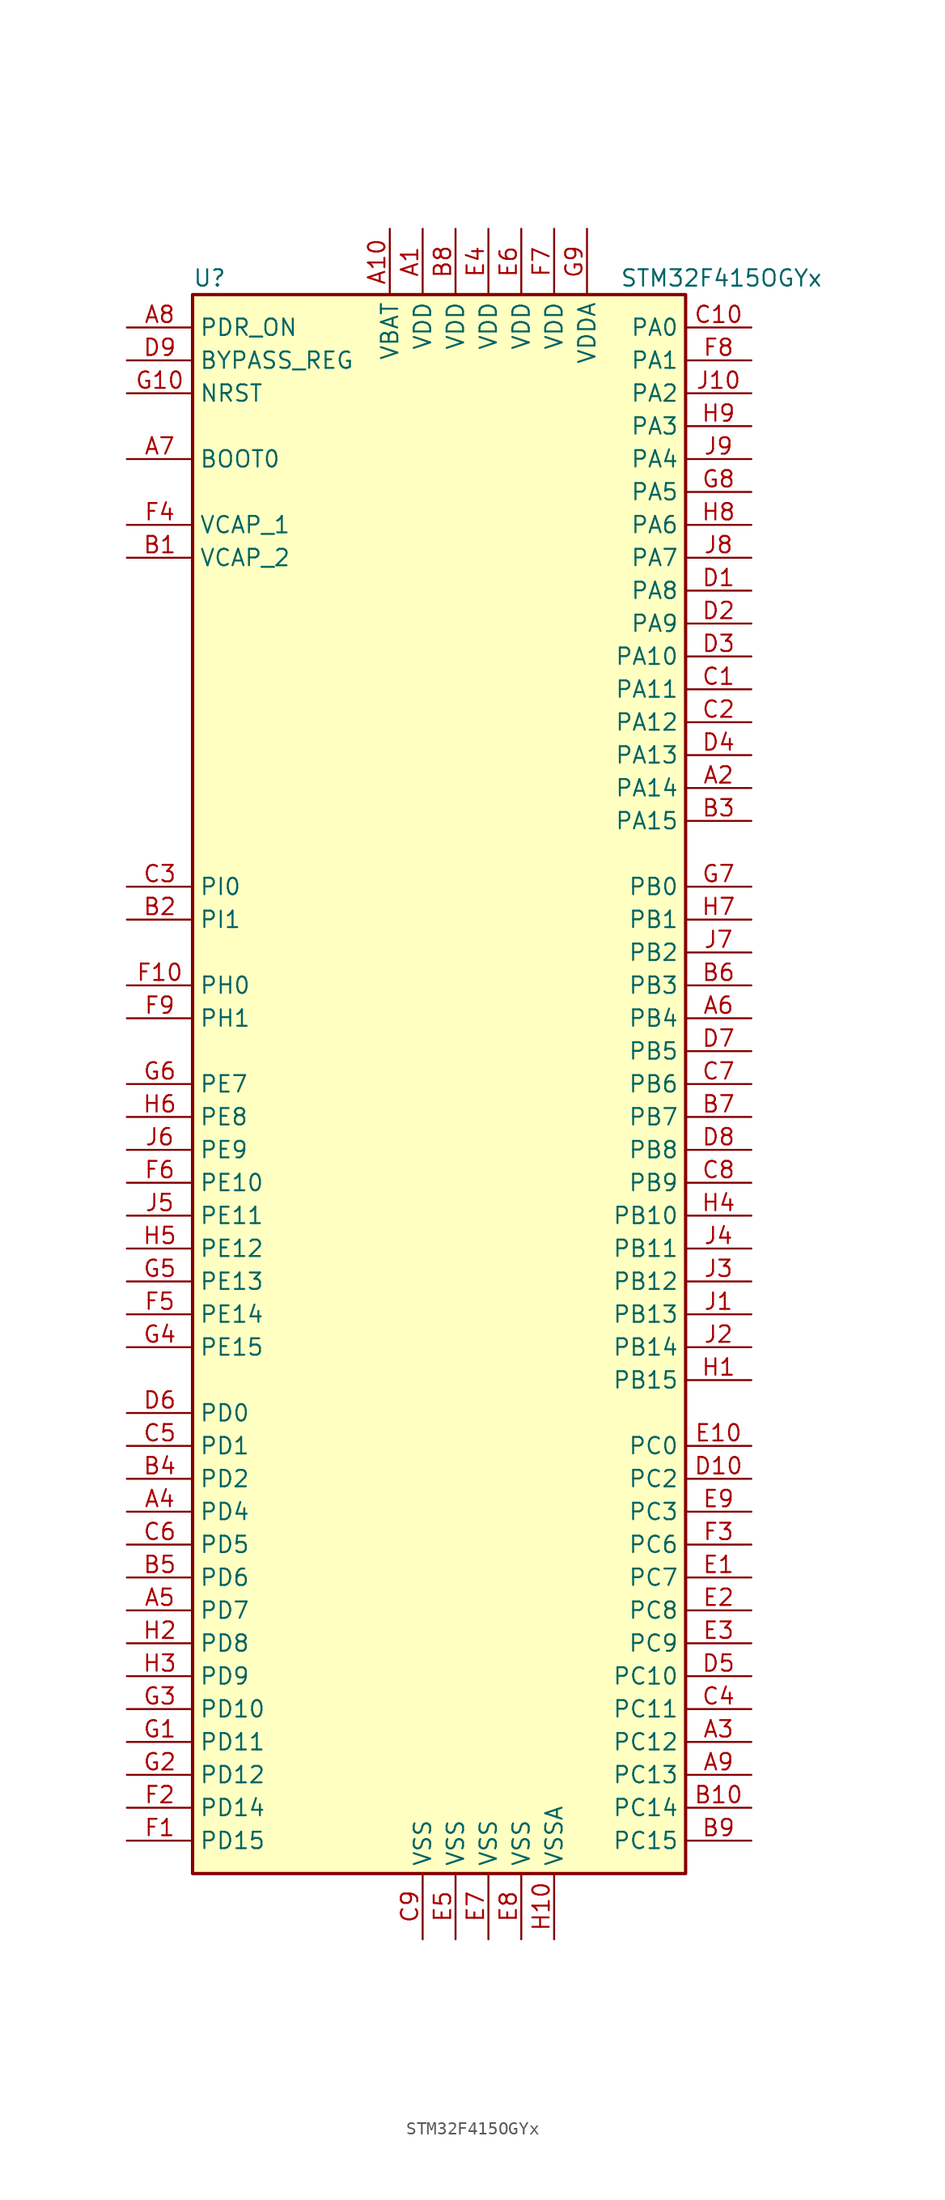
<source format=kicad_sym>
(kicad_symbol_lib
  (version 20220914)
  (generator kicad_symbol_editor)
  (symbol "STM32F415OGYx"
    (property "Reference" "U"
      (at -20.32 62.23 0)
      (effects (font (size 1.27 1.27)) (justify left)))
    (property "Value" "STM32F415OGYx"
      (at 12.7 62.23 0)
      (effects (font (size 1.27 1.27)) (justify left)))
    (symbol "STM32F415OGYx_0_1"
      (rectangle (start -20.32 -60.96) (end 17.78 60.96) (stroke (width 0.254) (type default)) (fill (type background))))
    (symbol "STM32F415OGYx_1_1"
      (pin power_in line (at -2.54 66.04 270) (length 5.08) (name "VDD" (effects (font (size 1.27 1.27)))) (number "A1" (effects (font (size 1.27 1.27)))))
      (pin power_in line (at -5.08 66.04 270) (length 5.08) (name "VBAT" (effects (font (size 1.27 1.27)))) (number "A10" (effects (font (size 1.27 1.27)))))
      (pin bidirectional line (at 22.86 22.86 180) (length 5.08) (name "PA14" (effects (font (size 1.27 1.27)))) (number "A2" (effects (font (size 1.27 1.27)))))
      (pin bidirectional line (at 22.86 -50.8 180) (length 5.08) (name "PC12" (effects (font (size 1.27 1.27)))) (number "A3" (effects (font (size 1.27 1.27)))))
      (pin bidirectional line (at -25.4 -33.02 0) (length 5.08) (name "PD4" (effects (font (size 1.27 1.27)))) (number "A4" (effects (font (size 1.27 1.27)))))
      (pin bidirectional line (at -25.4 -40.64 0) (length 5.08) (name "PD7" (effects (font (size 1.27 1.27)))) (number "A5" (effects (font (size 1.27 1.27)))))
      (pin bidirectional line (at 22.86 5.08 180) (length 5.08) (name "PB4" (effects (font (size 1.27 1.27)))) (number "A6" (effects (font (size 1.27 1.27)))))
      (pin input line (at -25.4 48.26 0) (length 5.08) (name "BOOT0" (effects (font (size 1.27 1.27)))) (number "A7" (effects (font (size 1.27 1.27)))))
      (pin input line (at -25.4 58.42 0) (length 5.08) (name "PDR_ON" (effects (font (size 1.27 1.27)))) (number "A8" (effects (font (size 1.27 1.27)))))
      (pin bidirectional line (at 22.86 -53.34 180) (length 5.08) (name "PC13" (effects (font (size 1.27 1.27)))) (number "A9" (effects (font (size 1.27 1.27)))))
      (pin power_in line (at -25.4 40.64 0) (length 5.08) (name "VCAP_2" (effects (font (size 1.27 1.27)))) (number "B1" (effects (font (size 1.27 1.27)))))
      (pin bidirectional line (at 22.86 -55.88 180) (length 5.08) (name "PC14" (effects (font (size 1.27 1.27)))) (number "B10" (effects (font (size 1.27 1.27)))))
      (pin bidirectional line (at -25.4 12.7 0) (length 5.08) (name "PI1" (effects (font (size 1.27 1.27)))) (number "B2" (effects (font (size 1.27 1.27)))))
      (pin bidirectional line (at 22.86 20.32 180) (length 5.08) (name "PA15" (effects (font (size 1.27 1.27)))) (number "B3" (effects (font (size 1.27 1.27)))))
      (pin bidirectional line (at -25.4 -30.48 0) (length 5.08) (name "PD2" (effects (font (size 1.27 1.27)))) (number "B4" (effects (font (size 1.27 1.27)))))
      (pin bidirectional line (at -25.4 -38.1 0) (length 5.08) (name "PD6" (effects (font (size 1.27 1.27)))) (number "B5" (effects (font (size 1.27 1.27)))))
      (pin bidirectional line (at 22.86 7.62 180) (length 5.08) (name "PB3" (effects (font (size 1.27 1.27)))) (number "B6" (effects (font (size 1.27 1.27)))))
      (pin bidirectional line (at 22.86 -2.54 180) (length 5.08) (name "PB7" (effects (font (size 1.27 1.27)))) (number "B7" (effects (font (size 1.27 1.27)))))
      (pin power_in line (at 0 66.04 270) (length 5.08) (name "VDD" (effects (font (size 1.27 1.27)))) (number "B8" (effects (font (size 1.27 1.27)))))
      (pin bidirectional line (at 22.86 -58.42 180) (length 5.08) (name "PC15" (effects (font (size 1.27 1.27)))) (number "B9" (effects (font (size 1.27 1.27)))))
      (pin bidirectional line (at 22.86 30.48 180) (length 5.08) (name "PA11" (effects (font (size 1.27 1.27)))) (number "C1" (effects (font (size 1.27 1.27)))))
      (pin bidirectional line (at 22.86 58.42 180) (length 5.08) (name "PA0" (effects (font (size 1.27 1.27)))) (number "C10" (effects (font (size 1.27 1.27)))))
      (pin bidirectional line (at 22.86 27.94 180) (length 5.08) (name "PA12" (effects (font (size 1.27 1.27)))) (number "C2" (effects (font (size 1.27 1.27)))))
      (pin bidirectional line (at -25.4 15.24 0) (length 5.08) (name "PI0" (effects (font (size 1.27 1.27)))) (number "C3" (effects (font (size 1.27 1.27)))))
      (pin bidirectional line (at 22.86 -48.26 180) (length 5.08) (name "PC11" (effects (font (size 1.27 1.27)))) (number "C4" (effects (font (size 1.27 1.27)))))
      (pin bidirectional line (at -25.4 -27.94 0) (length 5.08) (name "PD1" (effects (font (size 1.27 1.27)))) (number "C5" (effects (font (size 1.27 1.27)))))
      (pin bidirectional line (at -25.4 -35.56 0) (length 5.08) (name "PD5" (effects (font (size 1.27 1.27)))) (number "C6" (effects (font (size 1.27 1.27)))))
      (pin bidirectional line (at 22.86 0 180) (length 5.08) (name "PB6" (effects (font (size 1.27 1.27)))) (number "C7" (effects (font (size 1.27 1.27)))))
      (pin bidirectional line (at 22.86 -7.62 180) (length 5.08) (name "PB9" (effects (font (size 1.27 1.27)))) (number "C8" (effects (font (size 1.27 1.27)))))
      (pin power_in line (at -2.54 -66.04 90) (length 5.08) (name "VSS" (effects (font (size 1.27 1.27)))) (number "C9" (effects (font (size 1.27 1.27)))))
      (pin bidirectional line (at 22.86 38.1 180) (length 5.08) (name "PA8" (effects (font (size 1.27 1.27)))) (number "D1" (effects (font (size 1.27 1.27)))))
      (pin bidirectional line (at 22.86 -30.48 180) (length 5.08) (name "PC2" (effects (font (size 1.27 1.27)))) (number "D10" (effects (font (size 1.27 1.27)))))
      (pin bidirectional line (at 22.86 35.56 180) (length 5.08) (name "PA9" (effects (font (size 1.27 1.27)))) (number "D2" (effects (font (size 1.27 1.27)))))
      (pin bidirectional line (at 22.86 33.02 180) (length 5.08) (name "PA10" (effects (font (size 1.27 1.27)))) (number "D3" (effects (font (size 1.27 1.27)))))
      (pin bidirectional line (at 22.86 25.4 180) (length 5.08) (name "PA13" (effects (font (size 1.27 1.27)))) (number "D4" (effects (font (size 1.27 1.27)))))
      (pin bidirectional line (at 22.86 -45.72 180) (length 5.08) (name "PC10" (effects (font (size 1.27 1.27)))) (number "D5" (effects (font (size 1.27 1.27)))))
      (pin bidirectional line (at -25.4 -25.4 0) (length 5.08) (name "PD0" (effects (font (size 1.27 1.27)))) (number "D6" (effects (font (size 1.27 1.27)))))
      (pin bidirectional line (at 22.86 2.54 180) (length 5.08) (name "PB5" (effects (font (size 1.27 1.27)))) (number "D7" (effects (font (size 1.27 1.27)))))
      (pin bidirectional line (at 22.86 -5.08 180) (length 5.08) (name "PB8" (effects (font (size 1.27 1.27)))) (number "D8" (effects (font (size 1.27 1.27)))))
      (pin input line (at -25.4 55.88 0) (length 5.08) (name "BYPASS_REG" (effects (font (size 1.27 1.27)))) (number "D9" (effects (font (size 1.27 1.27)))))
      (pin bidirectional line (at 22.86 -38.1 180) (length 5.08) (name "PC7" (effects (font (size 1.27 1.27)))) (number "E1" (effects (font (size 1.27 1.27)))))
      (pin bidirectional line (at 22.86 -27.94 180) (length 5.08) (name "PC0" (effects (font (size 1.27 1.27)))) (number "E10" (effects (font (size 1.27 1.27)))))
      (pin bidirectional line (at 22.86 -40.64 180) (length 5.08) (name "PC8" (effects (font (size 1.27 1.27)))) (number "E2" (effects (font (size 1.27 1.27)))))
      (pin bidirectional line (at 22.86 -43.18 180) (length 5.08) (name "PC9" (effects (font (size 1.27 1.27)))) (number "E3" (effects (font (size 1.27 1.27)))))
      (pin power_in line (at 2.54 66.04 270) (length 5.08) (name "VDD" (effects (font (size 1.27 1.27)))) (number "E4" (effects (font (size 1.27 1.27)))))
      (pin power_in line (at 0 -66.04 90) (length 5.08) (name "VSS" (effects (font (size 1.27 1.27)))) (number "E5" (effects (font (size 1.27 1.27)))))
      (pin power_in line (at 5.08 66.04 270) (length 5.08) (name "VDD" (effects (font (size 1.27 1.27)))) (number "E6" (effects (font (size 1.27 1.27)))))
      (pin power_in line (at 2.54 -66.04 90) (length 5.08) (name "VSS" (effects (font (size 1.27 1.27)))) (number "E7" (effects (font (size 1.27 1.27)))))
      (pin power_in line (at 5.08 -66.04 90) (length 5.08) (name "VSS" (effects (font (size 1.27 1.27)))) (number "E8" (effects (font (size 1.27 1.27)))))
      (pin bidirectional line (at 22.86 -33.02 180) (length 5.08) (name "PC3" (effects (font (size 1.27 1.27)))) (number "E9" (effects (font (size 1.27 1.27)))))
      (pin bidirectional line (at -25.4 -58.42 0) (length 5.08) (name "PD15" (effects (font (size 1.27 1.27)))) (number "F1" (effects (font (size 1.27 1.27)))))
      (pin input line (at -25.4 7.62 0) (length 5.08) (name "PH0" (effects (font (size 1.27 1.27)))) (number "F10" (effects (font (size 1.27 1.27)))))
      (pin bidirectional line (at -25.4 -55.88 0) (length 5.08) (name "PD14" (effects (font (size 1.27 1.27)))) (number "F2" (effects (font (size 1.27 1.27)))))
      (pin bidirectional line (at 22.86 -35.56 180) (length 5.08) (name "PC6" (effects (font (size 1.27 1.27)))) (number "F3" (effects (font (size 1.27 1.27)))))
      (pin power_in line (at -25.4 43.18 0) (length 5.08) (name "VCAP_1" (effects (font (size 1.27 1.27)))) (number "F4" (effects (font (size 1.27 1.27)))))
      (pin bidirectional line (at -25.4 -17.78 0) (length 5.08) (name "PE14" (effects (font (size 1.27 1.27)))) (number "F5" (effects (font (size 1.27 1.27)))))
      (pin bidirectional line (at -25.4 -7.62 0) (length 5.08) (name "PE10" (effects (font (size 1.27 1.27)))) (number "F6" (effects (font (size 1.27 1.27)))))
      (pin power_in line (at 7.62 66.04 270) (length 5.08) (name "VDD" (effects (font (size 1.27 1.27)))) (number "F7" (effects (font (size 1.27 1.27)))))
      (pin bidirectional line (at 22.86 55.88 180) (length 5.08) (name "PA1" (effects (font (size 1.27 1.27)))) (number "F8" (effects (font (size 1.27 1.27)))))
      (pin input line (at -25.4 5.08 0) (length 5.08) (name "PH1" (effects (font (size 1.27 1.27)))) (number "F9" (effects (font (size 1.27 1.27)))))
      (pin bidirectional line (at -25.4 -50.8 0) (length 5.08) (name "PD11" (effects (font (size 1.27 1.27)))) (number "G1" (effects (font (size 1.27 1.27)))))
      (pin input line (at -25.4 53.34 0) (length 5.08) (name "NRST" (effects (font (size 1.27 1.27)))) (number "G10" (effects (font (size 1.27 1.27)))))
      (pin bidirectional line (at -25.4 -53.34 0) (length 5.08) (name "PD12" (effects (font (size 1.27 1.27)))) (number "G2" (effects (font (size 1.27 1.27)))))
      (pin bidirectional line (at -25.4 -48.26 0) (length 5.08) (name "PD10" (effects (font (size 1.27 1.27)))) (number "G3" (effects (font (size 1.27 1.27)))))
      (pin bidirectional line (at -25.4 -20.32 0) (length 5.08) (name "PE15" (effects (font (size 1.27 1.27)))) (number "G4" (effects (font (size 1.27 1.27)))))
      (pin bidirectional line (at -25.4 -15.24 0) (length 5.08) (name "PE13" (effects (font (size 1.27 1.27)))) (number "G5" (effects (font (size 1.27 1.27)))))
      (pin bidirectional line (at -25.4 0 0) (length 5.08) (name "PE7" (effects (font (size 1.27 1.27)))) (number "G6" (effects (font (size 1.27 1.27)))))
      (pin bidirectional line (at 22.86 15.24 180) (length 5.08) (name "PB0" (effects (font (size 1.27 1.27)))) (number "G7" (effects (font (size 1.27 1.27)))))
      (pin bidirectional line (at 22.86 45.72 180) (length 5.08) (name "PA5" (effects (font (size 1.27 1.27)))) (number "G8" (effects (font (size 1.27 1.27)))))
      (pin power_in line (at 10.16 66.04 270) (length 5.08) (name "VDDA" (effects (font (size 1.27 1.27)))) (number "G9" (effects (font (size 1.27 1.27)))))
      (pin bidirectional line (at 22.86 -22.86 180) (length 5.08) (name "PB15" (effects (font (size 1.27 1.27)))) (number "H1" (effects (font (size 1.27 1.27)))))
      (pin power_in line (at 7.62 -66.04 90) (length 5.08) (name "VSSA" (effects (font (size 1.27 1.27)))) (number "H10" (effects (font (size 1.27 1.27)))))
      (pin bidirectional line (at -25.4 -43.18 0) (length 5.08) (name "PD8" (effects (font (size 1.27 1.27)))) (number "H2" (effects (font (size 1.27 1.27)))))
      (pin bidirectional line (at -25.4 -45.72 0) (length 5.08) (name "PD9" (effects (font (size 1.27 1.27)))) (number "H3" (effects (font (size 1.27 1.27)))))
      (pin bidirectional line (at 22.86 -10.16 180) (length 5.08) (name "PB10" (effects (font (size 1.27 1.27)))) (number "H4" (effects (font (size 1.27 1.27)))))
      (pin bidirectional line (at -25.4 -12.7 0) (length 5.08) (name "PE12" (effects (font (size 1.27 1.27)))) (number "H5" (effects (font (size 1.27 1.27)))))
      (pin bidirectional line (at -25.4 -2.54 0) (length 5.08) (name "PE8" (effects (font (size 1.27 1.27)))) (number "H6" (effects (font (size 1.27 1.27)))))
      (pin bidirectional line (at 22.86 12.7 180) (length 5.08) (name "PB1" (effects (font (size 1.27 1.27)))) (number "H7" (effects (font (size 1.27 1.27)))))
      (pin bidirectional line (at 22.86 43.18 180) (length 5.08) (name "PA6" (effects (font (size 1.27 1.27)))) (number "H8" (effects (font (size 1.27 1.27)))))
      (pin bidirectional line (at 22.86 50.8 180) (length 5.08) (name "PA3" (effects (font (size 1.27 1.27)))) (number "H9" (effects (font (size 1.27 1.27)))))
      (pin bidirectional line (at 22.86 -17.78 180) (length 5.08) (name "PB13" (effects (font (size 1.27 1.27)))) (number "J1" (effects (font (size 1.27 1.27)))))
      (pin bidirectional line (at 22.86 53.34 180) (length 5.08) (name "PA2" (effects (font (size 1.27 1.27)))) (number "J10" (effects (font (size 1.27 1.27)))))
      (pin bidirectional line (at 22.86 -20.32 180) (length 5.08) (name "PB14" (effects (font (size 1.27 1.27)))) (number "J2" (effects (font (size 1.27 1.27)))))
      (pin bidirectional line (at 22.86 -15.24 180) (length 5.08) (name "PB12" (effects (font (size 1.27 1.27)))) (number "J3" (effects (font (size 1.27 1.27)))))
      (pin bidirectional line (at 22.86 -12.7 180) (length 5.08) (name "PB11" (effects (font (size 1.27 1.27)))) (number "J4" (effects (font (size 1.27 1.27)))))
      (pin bidirectional line (at -25.4 -10.16 0) (length 5.08) (name "PE11" (effects (font (size 1.27 1.27)))) (number "J5" (effects (font (size 1.27 1.27)))))
      (pin bidirectional line (at -25.4 -5.08 0) (length 5.08) (name "PE9" (effects (font (size 1.27 1.27)))) (number "J6" (effects (font (size 1.27 1.27)))))
      (pin bidirectional line (at 22.86 10.16 180) (length 5.08) (name "PB2" (effects (font (size 1.27 1.27)))) (number "J7" (effects (font (size 1.27 1.27)))))
      (pin bidirectional line (at 22.86 40.64 180) (length 5.08) (name "PA7" (effects (font (size 1.27 1.27)))) (number "J8" (effects (font (size 1.27 1.27)))))
      (pin bidirectional line (at 22.86 48.26 180) (length 5.08) (name "PA4" (effects (font (size 1.27 1.27)))) (number "J9" (effects (font (size 1.27 1.27))))))))
</source>
